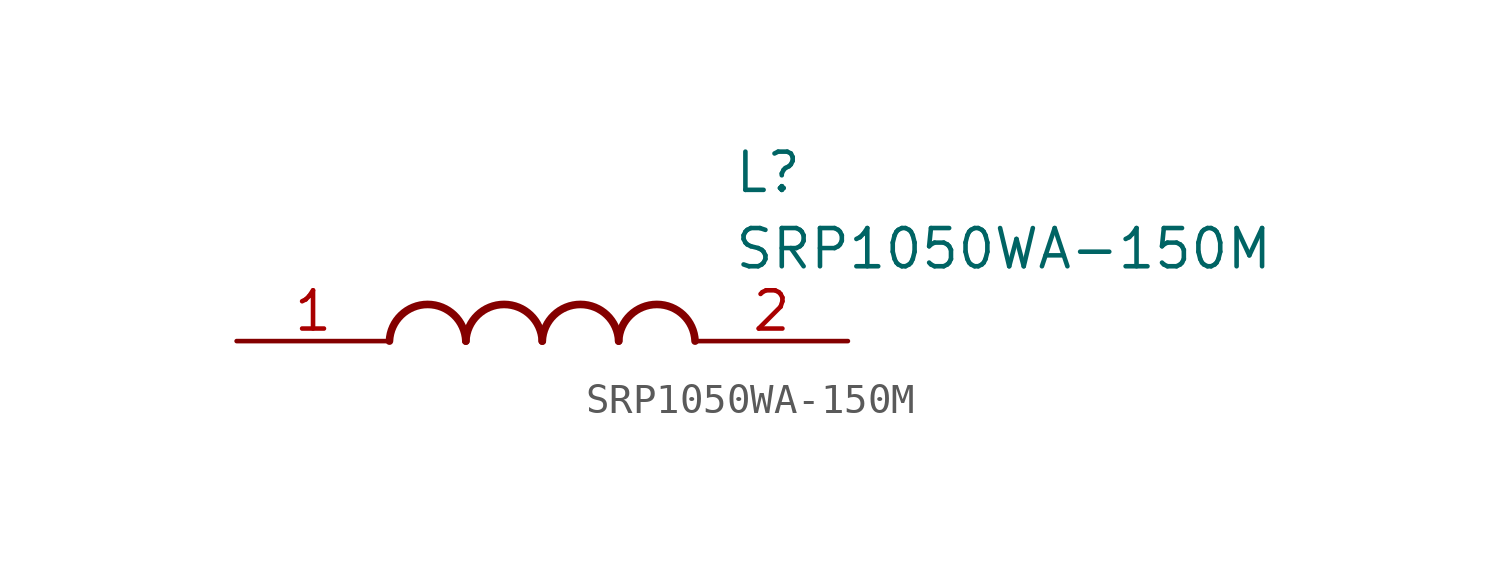
<source format=kicad_sym>
(kicad_symbol_lib
  (version 20211014)
  (generator SamacSys_ECAD_Model)
  (symbol "SRP1050WA-150M"
    (pin_names hide)
    (property "Reference" "L"
      (at 16.51 6.35 0)
      (effects (font (size 1.27 1.27)) (justify left top)))
    (property "Value" "SRP1050WA-150M"
      (at 16.51 3.81 0)
      (effects (font (size 1.27 1.27)) (justify left top)))
    (arc
      (start 7.62 0)
      (mid 6.35 1.219)
      (end 5.08 0)
      (stroke (width 0.254) (type default))
      (fill (type none)))
    (arc
      (start 10.16 0)
      (mid 8.89 1.219)
      (end 7.62 0)
      (stroke (width 0.254) (type default))
      (fill (type none)))
    (arc
      (start 12.7 0)
      (mid 11.43 1.219)
      (end 10.16 0)
      (stroke (width 0.254) (type default))
      (fill (type none)))
    (arc
      (start 15.24 0)
      (mid 13.97 1.219)
      (end 12.7 0)
      (stroke (width 0.254) (type default))
      (fill (type none)))
    (pin passive line
      (at 0 0 0)
      (length 5.08)
      (name "1" (effects (font (size 1.27 1.27))))
      (number "1" (effects (font (size 1.27 1.27)))))
    (pin passive line
      (at 20.32 0 180)
      (length 5.08)
      (name "2" (effects (font (size 1.27 1.27))))
      (number "2" (effects (font (size 1.27 1.27)))))))
</source>
